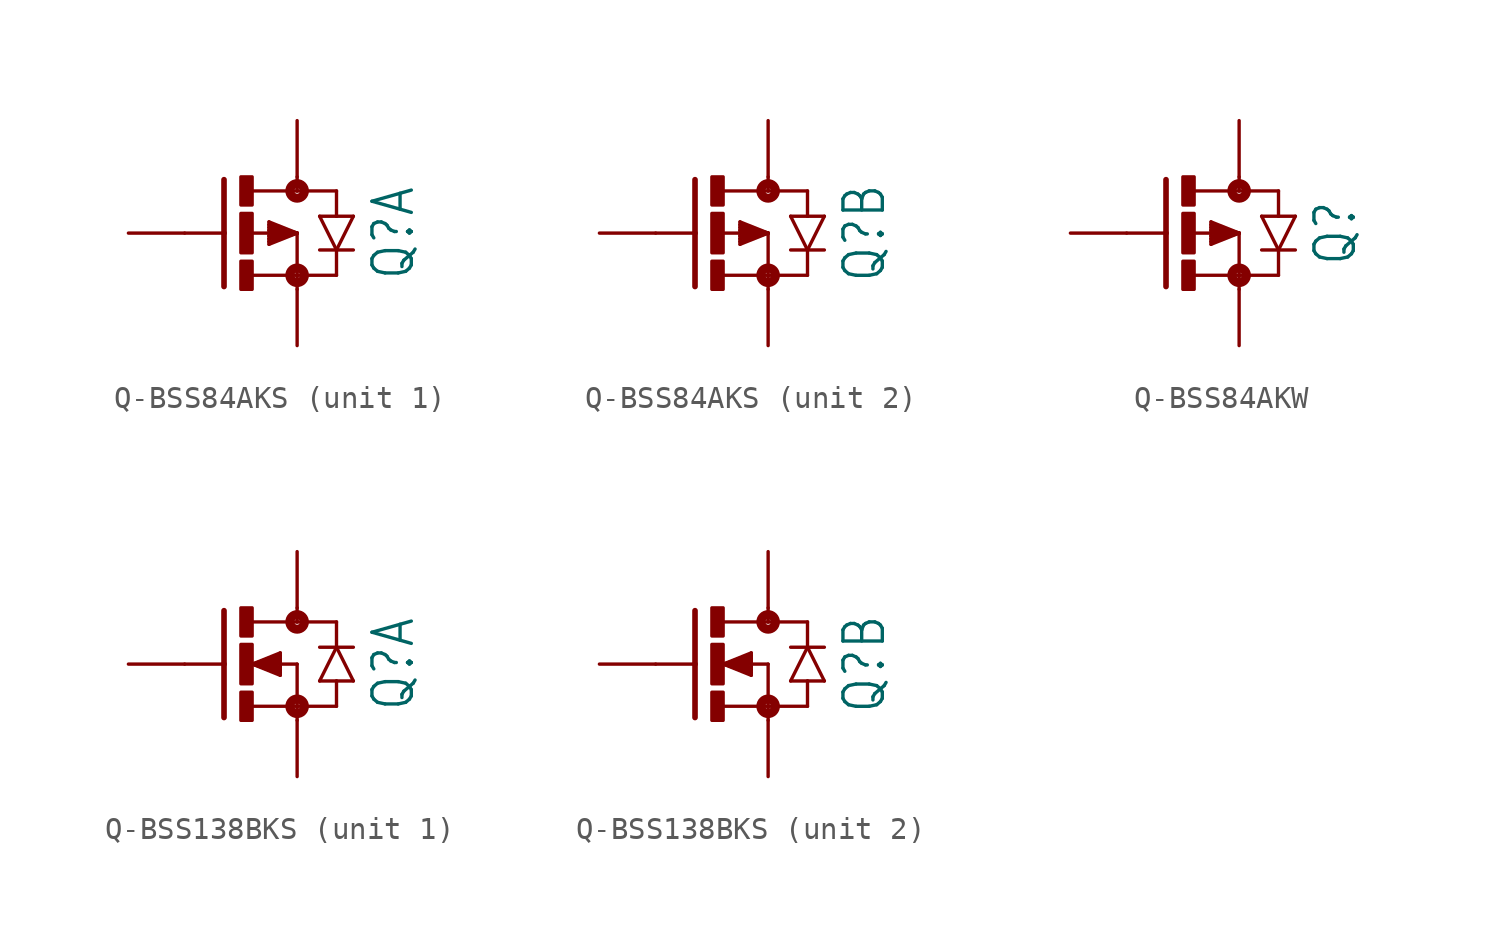
<source format=kicad_sym>
(kicad_symbol_lib
  (version 20231120)
  (generator "kicad_symbol_editor")
  (generator_version "8.0")
  (symbol "Q-BSS84AKS"
    (property "Reference" "Q"
      (at 5.842 0 90)
      (effects (font (size 1.778 1.511)) (justify top)))
    (property "Value" ""
      (at 8.382 0 90)
      (effects (font (size 1.778 1.511)) (justify top)))
    (property "ki_locked" ""
      (at 0 0 0)
      (effects (font (size 1.27 1.27))))
    (symbol "Q-BSS84AKS_1_0"
      (rectangle (start 0 -2.54) (end 0.508 -1.27) (stroke (width 0) (type default)) (fill (type outline)))
      (rectangle (start 0 -0.889) (end 0.508 0.889) (stroke (width 0) (type default)) (fill (type outline)))
      (polyline (pts (xy -0.762 0) (xy -2.54 0)) (stroke (width 0.152) (type solid)) (fill (type none)))
      (polyline (pts (xy -0.762 0) (xy -0.762 -2.413)) (stroke (width 0.254) (type solid)) (fill (type none)))
      (polyline (pts (xy -0.762 2.413) (xy -0.762 0)) (stroke (width 0.254) (type solid)) (fill (type none)))
      (polyline (pts (xy 0.508 -1.905) (xy 2.54 -1.905)) (stroke (width 0.152) (type solid)) (fill (type none)))
      (polyline (pts (xy 1.27 -0.508) (xy 2.54 0)) (stroke (width 0.152) (type solid)) (fill (type none)))
      (polyline (pts (xy 1.27 -0.381) (xy 1.27 -0.508)) (stroke (width 0.152) (type solid)) (fill (type none)))
      (polyline (pts (xy 1.27 -0.254) (xy 1.27 -0.381)) (stroke (width 0.152) (type solid)) (fill (type none)))
      (polyline (pts (xy 1.27 -0.127) (xy 1.27 -0.254)) (stroke (width 0.152) (type solid)) (fill (type none)))
      (polyline (pts (xy 1.27 0.127) (xy 1.27 -0.127)) (stroke (width 0.152) (type solid)) (fill (type none)))
      (polyline (pts (xy 1.27 0.254) (xy 1.27 0.127)) (stroke (width 0.152) (type solid)) (fill (type none)))
      (polyline (pts (xy 1.27 0.381) (xy 1.27 0.254)) (stroke (width 0.152) (type solid)) (fill (type none)))
      (polyline (pts (xy 1.27 0.508) (xy 1.27 0.381)) (stroke (width 0.152) (type solid)) (fill (type none)))
      (polyline (pts (xy 1.27 0.508) (xy 2.54 0)) (stroke (width 0.152) (type solid)) (fill (type none)))
      (polyline (pts (xy 2.54 -1.905) (xy 2.54 -2.54)) (stroke (width 0.152) (type solid)) (fill (type none)))
      (polyline (pts (xy 2.54 0) (xy 0.508 0)) (stroke (width 0.152) (type solid)) (fill (type none)))
      (polyline (pts (xy 2.54 0) (xy 1.27 -0.381)) (stroke (width 0.152) (type solid)) (fill (type none)))
      (polyline (pts (xy 2.54 0) (xy 1.27 -0.254)) (stroke (width 0.152) (type solid)) (fill (type none)))
      (polyline (pts (xy 2.54 0) (xy 1.27 -0.127)) (stroke (width 0.152) (type solid)) (fill (type none)))
      (polyline (pts (xy 2.54 0) (xy 1.27 0.127)) (stroke (width 0.152) (type solid)) (fill (type none)))
      (polyline (pts (xy 2.54 0) (xy 1.27 0.254)) (stroke (width 0.152) (type solid)) (fill (type none)))
      (polyline (pts (xy 2.54 0) (xy 1.27 0.381)) (stroke (width 0.152) (type solid)) (fill (type none)))
      (polyline (pts (xy 2.54 0) (xy 2.54 -1.905)) (stroke (width 0.152) (type solid)) (fill (type none)))
      (polyline (pts (xy 2.54 1.905) (xy 0.533 1.905)) (stroke (width 0.152) (type solid)) (fill (type none)))
      (polyline (pts (xy 2.54 2.54) (xy 2.54 1.905)) (stroke (width 0.152) (type solid)) (fill (type none)))
      (polyline (pts (xy 3.556 0.762) (xy 4.318 -0.762)) (stroke (width 0.152) (type solid)) (fill (type none)))
      (polyline (pts (xy 4.318 -1.905) (xy 2.54 -1.905)) (stroke (width 0.152) (type solid)) (fill (type none)))
      (polyline (pts (xy 4.318 -1.905) (xy 4.318 -0.762)) (stroke (width 0.152) (type solid)) (fill (type none)))
      (polyline (pts (xy 4.318 -0.762) (xy 3.556 -0.762)) (stroke (width 0.152) (type solid)) (fill (type none)))
      (polyline (pts (xy 4.318 -0.762) (xy 5.08 0.762)) (stroke (width 0.152) (type solid)) (fill (type none)))
      (polyline (pts (xy 4.318 0.762) (xy 3.556 0.762)) (stroke (width 0.152) (type solid)) (fill (type none)))
      (polyline (pts (xy 4.318 1.905) (xy 2.54 1.905)) (stroke (width 0.152) (type solid)) (fill (type none)))
      (polyline (pts (xy 4.318 1.905) (xy 4.318 0.762)) (stroke (width 0.152) (type solid)) (fill (type none)))
      (polyline (pts (xy 5.08 -0.762) (xy 4.318 -0.762)) (stroke (width 0.152) (type solid)) (fill (type none)))
      (polyline (pts (xy 5.08 0.762) (xy 4.318 0.762)) (stroke (width 0.152) (type solid)) (fill (type none)))
      (rectangle (start 0 1.27) (end 0.508 2.54) (stroke (width 0) (type default)) (fill (type outline)))
      (circle (center 2.54 -1.905) (radius 0.127) (stroke (width 0.406) (type solid)) (fill (type none)))
      (circle (center 2.54 1.905) (radius 0.127) (stroke (width 0.406) (type solid)) (fill (type none)))
      (pin passive line (at 2.54 -5.08 90) (length 2.54) (name "S" (effects (font (size 0 0)))) (number "1" (effects (font (size 0 0)))))
      (pin passive line (at -5.08 0 0) (length 2.54) (name "G" (effects (font (size 0 0)))) (number "2" (effects (font (size 0 0)))))
      (pin passive line (at 2.54 5.08 270) (length 2.54) (name "D" (effects (font (size 0 0)))) (number "6" (effects (font (size 0 0))))))
    (symbol "Q-BSS84AKS_2_0"
      (rectangle (start 0 -2.54) (end 0.508 -1.27) (stroke (width 0) (type default)) (fill (type outline)))
      (rectangle (start 0 -0.889) (end 0.508 0.889) (stroke (width 0) (type default)) (fill (type outline)))
      (polyline (pts (xy -0.762 0) (xy -2.54 0)) (stroke (width 0.152) (type solid)) (fill (type none)))
      (polyline (pts (xy -0.762 0) (xy -0.762 -2.413)) (stroke (width 0.254) (type solid)) (fill (type none)))
      (polyline (pts (xy -0.762 2.413) (xy -0.762 0)) (stroke (width 0.254) (type solid)) (fill (type none)))
      (polyline (pts (xy 0.508 -1.905) (xy 2.54 -1.905)) (stroke (width 0.152) (type solid)) (fill (type none)))
      (polyline (pts (xy 1.27 -0.508) (xy 2.54 0)) (stroke (width 0.152) (type solid)) (fill (type none)))
      (polyline (pts (xy 1.27 -0.381) (xy 1.27 -0.508)) (stroke (width 0.152) (type solid)) (fill (type none)))
      (polyline (pts (xy 1.27 -0.254) (xy 1.27 -0.381)) (stroke (width 0.152) (type solid)) (fill (type none)))
      (polyline (pts (xy 1.27 -0.127) (xy 1.27 -0.254)) (stroke (width 0.152) (type solid)) (fill (type none)))
      (polyline (pts (xy 1.27 0.127) (xy 1.27 -0.127)) (stroke (width 0.152) (type solid)) (fill (type none)))
      (polyline (pts (xy 1.27 0.254) (xy 1.27 0.127)) (stroke (width 0.152) (type solid)) (fill (type none)))
      (polyline (pts (xy 1.27 0.381) (xy 1.27 0.254)) (stroke (width 0.152) (type solid)) (fill (type none)))
      (polyline (pts (xy 1.27 0.508) (xy 1.27 0.381)) (stroke (width 0.152) (type solid)) (fill (type none)))
      (polyline (pts (xy 1.27 0.508) (xy 2.54 0)) (stroke (width 0.152) (type solid)) (fill (type none)))
      (polyline (pts (xy 2.54 -1.905) (xy 2.54 -2.54)) (stroke (width 0.152) (type solid)) (fill (type none)))
      (polyline (pts (xy 2.54 0) (xy 0.508 0)) (stroke (width 0.152) (type solid)) (fill (type none)))
      (polyline (pts (xy 2.54 0) (xy 1.27 -0.381)) (stroke (width 0.152) (type solid)) (fill (type none)))
      (polyline (pts (xy 2.54 0) (xy 1.27 -0.254)) (stroke (width 0.152) (type solid)) (fill (type none)))
      (polyline (pts (xy 2.54 0) (xy 1.27 -0.127)) (stroke (width 0.152) (type solid)) (fill (type none)))
      (polyline (pts (xy 2.54 0) (xy 1.27 0.127)) (stroke (width 0.152) (type solid)) (fill (type none)))
      (polyline (pts (xy 2.54 0) (xy 1.27 0.254)) (stroke (width 0.152) (type solid)) (fill (type none)))
      (polyline (pts (xy 2.54 0) (xy 1.27 0.381)) (stroke (width 0.152) (type solid)) (fill (type none)))
      (polyline (pts (xy 2.54 0) (xy 2.54 -1.905)) (stroke (width 0.152) (type solid)) (fill (type none)))
      (polyline (pts (xy 2.54 1.905) (xy 0.533 1.905)) (stroke (width 0.152) (type solid)) (fill (type none)))
      (polyline (pts (xy 2.54 2.54) (xy 2.54 1.905)) (stroke (width 0.152) (type solid)) (fill (type none)))
      (polyline (pts (xy 3.556 0.762) (xy 4.318 -0.762)) (stroke (width 0.152) (type solid)) (fill (type none)))
      (polyline (pts (xy 4.318 -1.905) (xy 2.54 -1.905)) (stroke (width 0.152) (type solid)) (fill (type none)))
      (polyline (pts (xy 4.318 -1.905) (xy 4.318 -0.762)) (stroke (width 0.152) (type solid)) (fill (type none)))
      (polyline (pts (xy 4.318 -0.762) (xy 3.556 -0.762)) (stroke (width 0.152) (type solid)) (fill (type none)))
      (polyline (pts (xy 4.318 -0.762) (xy 5.08 0.762)) (stroke (width 0.152) (type solid)) (fill (type none)))
      (polyline (pts (xy 4.318 0.762) (xy 3.556 0.762)) (stroke (width 0.152) (type solid)) (fill (type none)))
      (polyline (pts (xy 4.318 1.905) (xy 2.54 1.905)) (stroke (width 0.152) (type solid)) (fill (type none)))
      (polyline (pts (xy 4.318 1.905) (xy 4.318 0.762)) (stroke (width 0.152) (type solid)) (fill (type none)))
      (polyline (pts (xy 5.08 -0.762) (xy 4.318 -0.762)) (stroke (width 0.152) (type solid)) (fill (type none)))
      (polyline (pts (xy 5.08 0.762) (xy 4.318 0.762)) (stroke (width 0.152) (type solid)) (fill (type none)))
      (rectangle (start 0 1.27) (end 0.508 2.54) (stroke (width 0) (type default)) (fill (type outline)))
      (circle (center 2.54 -1.905) (radius 0.127) (stroke (width 0.406) (type solid)) (fill (type none)))
      (circle (center 2.54 1.905) (radius 0.127) (stroke (width 0.406) (type solid)) (fill (type none)))
      (pin passive line (at 2.54 5.08 270) (length 2.54) (name "D" (effects (font (size 0 0)))) (number "3" (effects (font (size 0 0)))))
      (pin passive line (at 2.54 -5.08 90) (length 2.54) (name "S" (effects (font (size 0 0)))) (number "4" (effects (font (size 0 0)))))
      (pin passive line (at -5.08 0 0) (length 2.54) (name "G" (effects (font (size 0 0)))) (number "5" (effects (font (size 0 0)))))))
  (symbol "Q-BSS84AKW"
    (property "Reference" "Q"
      (at 5.842 0 90)
      (effects (font (size 1.778 1.511)) (justify top)))
    (property "Value" ""
      (at 8.382 0 90)
      (effects (font (size 1.778 1.511)) (justify top)))
    (property "ki_locked" ""
      (at 0 0 0)
      (effects (font (size 1.27 1.27))))
    (symbol "Q-BSS84AKW_1_0"
      (rectangle (start 0 -2.54) (end 0.508 -1.27) (stroke (width 0) (type default)) (fill (type outline)))
      (rectangle (start 0 -0.889) (end 0.508 0.889) (stroke (width 0) (type default)) (fill (type outline)))
      (polyline (pts (xy -0.762 0) (xy -2.54 0)) (stroke (width 0.152) (type solid)) (fill (type none)))
      (polyline (pts (xy -0.762 0) (xy -0.762 -2.413)) (stroke (width 0.254) (type solid)) (fill (type none)))
      (polyline (pts (xy -0.762 2.413) (xy -0.762 0)) (stroke (width 0.254) (type solid)) (fill (type none)))
      (polyline (pts (xy 0.508 -1.905) (xy 2.54 -1.905)) (stroke (width 0.152) (type solid)) (fill (type none)))
      (polyline (pts (xy 1.27 -0.508) (xy 2.54 0)) (stroke (width 0.152) (type solid)) (fill (type none)))
      (polyline (pts (xy 1.27 -0.381) (xy 1.27 -0.508)) (stroke (width 0.152) (type solid)) (fill (type none)))
      (polyline (pts (xy 1.27 -0.254) (xy 1.27 -0.381)) (stroke (width 0.152) (type solid)) (fill (type none)))
      (polyline (pts (xy 1.27 -0.127) (xy 1.27 -0.254)) (stroke (width 0.152) (type solid)) (fill (type none)))
      (polyline (pts (xy 1.27 0.127) (xy 1.27 -0.127)) (stroke (width 0.152) (type solid)) (fill (type none)))
      (polyline (pts (xy 1.27 0.254) (xy 1.27 0.127)) (stroke (width 0.152) (type solid)) (fill (type none)))
      (polyline (pts (xy 1.27 0.381) (xy 1.27 0.254)) (stroke (width 0.152) (type solid)) (fill (type none)))
      (polyline (pts (xy 1.27 0.508) (xy 1.27 0.381)) (stroke (width 0.152) (type solid)) (fill (type none)))
      (polyline (pts (xy 1.27 0.508) (xy 2.54 0)) (stroke (width 0.152) (type solid)) (fill (type none)))
      (polyline (pts (xy 2.54 -1.905) (xy 2.54 -2.54)) (stroke (width 0.152) (type solid)) (fill (type none)))
      (polyline (pts (xy 2.54 0) (xy 0.508 0)) (stroke (width 0.152) (type solid)) (fill (type none)))
      (polyline (pts (xy 2.54 0) (xy 1.27 -0.381)) (stroke (width 0.152) (type solid)) (fill (type none)))
      (polyline (pts (xy 2.54 0) (xy 1.27 -0.254)) (stroke (width 0.152) (type solid)) (fill (type none)))
      (polyline (pts (xy 2.54 0) (xy 1.27 -0.127)) (stroke (width 0.152) (type solid)) (fill (type none)))
      (polyline (pts (xy 2.54 0) (xy 1.27 0.127)) (stroke (width 0.152) (type solid)) (fill (type none)))
      (polyline (pts (xy 2.54 0) (xy 1.27 0.254)) (stroke (width 0.152) (type solid)) (fill (type none)))
      (polyline (pts (xy 2.54 0) (xy 1.27 0.381)) (stroke (width 0.152) (type solid)) (fill (type none)))
      (polyline (pts (xy 2.54 0) (xy 2.54 -1.905)) (stroke (width 0.152) (type solid)) (fill (type none)))
      (polyline (pts (xy 2.54 1.905) (xy 0.533 1.905)) (stroke (width 0.152) (type solid)) (fill (type none)))
      (polyline (pts (xy 2.54 2.54) (xy 2.54 1.905)) (stroke (width 0.152) (type solid)) (fill (type none)))
      (polyline (pts (xy 3.556 0.762) (xy 4.318 -0.762)) (stroke (width 0.152) (type solid)) (fill (type none)))
      (polyline (pts (xy 4.318 -1.905) (xy 2.54 -1.905)) (stroke (width 0.152) (type solid)) (fill (type none)))
      (polyline (pts (xy 4.318 -1.905) (xy 4.318 -0.762)) (stroke (width 0.152) (type solid)) (fill (type none)))
      (polyline (pts (xy 4.318 -0.762) (xy 3.556 -0.762)) (stroke (width 0.152) (type solid)) (fill (type none)))
      (polyline (pts (xy 4.318 -0.762) (xy 5.08 0.762)) (stroke (width 0.152) (type solid)) (fill (type none)))
      (polyline (pts (xy 4.318 0.762) (xy 3.556 0.762)) (stroke (width 0.152) (type solid)) (fill (type none)))
      (polyline (pts (xy 4.318 1.905) (xy 2.54 1.905)) (stroke (width 0.152) (type solid)) (fill (type none)))
      (polyline (pts (xy 4.318 1.905) (xy 4.318 0.762)) (stroke (width 0.152) (type solid)) (fill (type none)))
      (polyline (pts (xy 5.08 -0.762) (xy 4.318 -0.762)) (stroke (width 0.152) (type solid)) (fill (type none)))
      (polyline (pts (xy 5.08 0.762) (xy 4.318 0.762)) (stroke (width 0.152) (type solid)) (fill (type none)))
      (rectangle (start 0 1.27) (end 0.508 2.54) (stroke (width 0) (type default)) (fill (type outline)))
      (circle (center 2.54 -1.905) (radius 0.127) (stroke (width 0.406) (type solid)) (fill (type none)))
      (circle (center 2.54 1.905) (radius 0.127) (stroke (width 0.406) (type solid)) (fill (type none)))
      (pin passive line (at -5.08 0 0) (length 2.54) (name "G" (effects (font (size 0 0)))) (number "1" (effects (font (size 0 0)))))
      (pin passive line (at 2.54 -5.08 90) (length 2.54) (name "S" (effects (font (size 0 0)))) (number "2" (effects (font (size 0 0)))))
      (pin passive line (at 2.54 5.08 270) (length 2.54) (name "D" (effects (font (size 0 0)))) (number "3" (effects (font (size 0 0)))))))
  (symbol "Q-BSS138BKS"
    (property "Reference" "Q"
      (at 5.842 0 90)
      (effects (font (size 1.778 1.511)) (justify top)))
    (property "Value" ""
      (at 8.382 0 90)
      (effects (font (size 1.778 1.511)) (justify top)))
    (property "ki_locked" ""
      (at 0 0 0)
      (effects (font (size 1.27 1.27))))
    (symbol "Q-BSS138BKS_1_0"
      (rectangle (start 0 -2.54) (end 0.508 -1.27) (stroke (width 0) (type default)) (fill (type outline)))
      (rectangle (start 0 -0.889) (end 0.508 0.889) (stroke (width 0) (type default)) (fill (type outline)))
      (polyline (pts (xy -0.762 0) (xy -2.54 0)) (stroke (width 0.152) (type solid)) (fill (type none)))
      (polyline (pts (xy -0.762 0) (xy -0.762 -2.413)) (stroke (width 0.254) (type solid)) (fill (type none)))
      (polyline (pts (xy -0.762 2.413) (xy -0.762 0)) (stroke (width 0.254) (type solid)) (fill (type none)))
      (polyline (pts (xy 0.508 -1.905) (xy 2.54 -1.905)) (stroke (width 0.152) (type solid)) (fill (type none)))
      (polyline (pts (xy 0.508 0) (xy 1.778 -0.508)) (stroke (width 0.152) (type solid)) (fill (type none)))
      (polyline (pts (xy 0.508 0) (xy 1.778 -0.381)) (stroke (width 0.152) (type solid)) (fill (type none)))
      (polyline (pts (xy 0.508 0) (xy 1.778 -0.254)) (stroke (width 0.152) (type solid)) (fill (type none)))
      (polyline (pts (xy 0.508 0) (xy 1.778 -0.127)) (stroke (width 0.152) (type solid)) (fill (type none)))
      (polyline (pts (xy 0.508 0) (xy 1.778 0.127)) (stroke (width 0.152) (type solid)) (fill (type none)))
      (polyline (pts (xy 0.508 0) (xy 1.778 0.254)) (stroke (width 0.152) (type solid)) (fill (type none)))
      (polyline (pts (xy 0.508 0) (xy 1.778 0.381)) (stroke (width 0.152) (type solid)) (fill (type none)))
      (polyline (pts (xy 0.508 0) (xy 1.778 0.508)) (stroke (width 0.152) (type solid)) (fill (type none)))
      (polyline (pts (xy 1.778 -0.381) (xy 1.778 -0.508)) (stroke (width 0.152) (type solid)) (fill (type none)))
      (polyline (pts (xy 1.778 -0.254) (xy 1.778 -0.381)) (stroke (width 0.152) (type solid)) (fill (type none)))
      (polyline (pts (xy 1.778 -0.127) (xy 1.778 -0.254)) (stroke (width 0.152) (type solid)) (fill (type none)))
      (polyline (pts (xy 1.778 0.127) (xy 1.778 -0.127)) (stroke (width 0.152) (type solid)) (fill (type none)))
      (polyline (pts (xy 1.778 0.254) (xy 1.778 0.127)) (stroke (width 0.152) (type solid)) (fill (type none)))
      (polyline (pts (xy 1.778 0.381) (xy 1.778 0.254)) (stroke (width 0.152) (type solid)) (fill (type none)))
      (polyline (pts (xy 1.778 0.508) (xy 1.778 0.381)) (stroke (width 0.152) (type solid)) (fill (type none)))
      (polyline (pts (xy 2.54 -1.905) (xy 2.54 -2.54)) (stroke (width 0.152) (type solid)) (fill (type none)))
      (polyline (pts (xy 2.54 0) (xy 0.508 0)) (stroke (width 0.152) (type solid)) (fill (type none)))
      (polyline (pts (xy 2.54 0) (xy 2.54 -1.905)) (stroke (width 0.152) (type solid)) (fill (type none)))
      (polyline (pts (xy 2.54 1.905) (xy 0.533 1.905)) (stroke (width 0.152) (type solid)) (fill (type none)))
      (polyline (pts (xy 2.54 2.54) (xy 2.54 1.905)) (stroke (width 0.152) (type solid)) (fill (type none)))
      (polyline (pts (xy 3.556 -0.762) (xy 4.318 -0.762)) (stroke (width 0.152) (type solid)) (fill (type none)))
      (polyline (pts (xy 3.556 0.762) (xy 4.318 0.762)) (stroke (width 0.152) (type solid)) (fill (type none)))
      (polyline (pts (xy 4.318 -1.905) (xy 2.54 -1.905)) (stroke (width 0.152) (type solid)) (fill (type none)))
      (polyline (pts (xy 4.318 -1.905) (xy 4.318 -0.762)) (stroke (width 0.152) (type solid)) (fill (type none)))
      (polyline (pts (xy 4.318 -0.762) (xy 5.08 -0.762)) (stroke (width 0.152) (type solid)) (fill (type none)))
      (polyline (pts (xy 4.318 0.762) (xy 3.556 -0.762)) (stroke (width 0.152) (type solid)) (fill (type none)))
      (polyline (pts (xy 4.318 0.762) (xy 5.08 0.762)) (stroke (width 0.152) (type solid)) (fill (type none)))
      (polyline (pts (xy 4.318 1.905) (xy 2.54 1.905)) (stroke (width 0.152) (type solid)) (fill (type none)))
      (polyline (pts (xy 4.318 1.905) (xy 4.318 0.762)) (stroke (width 0.152) (type solid)) (fill (type none)))
      (polyline (pts (xy 5.08 -0.762) (xy 4.318 0.762)) (stroke (width 0.152) (type solid)) (fill (type none)))
      (rectangle (start 0 1.27) (end 0.508 2.54) (stroke (width 0) (type default)) (fill (type outline)))
      (circle (center 2.54 -1.905) (radius 0.127) (stroke (width 0.406) (type solid)) (fill (type none)))
      (circle (center 2.54 1.905) (radius 0.127) (stroke (width 0.406) (type solid)) (fill (type none)))
      (pin passive line (at 2.54 -5.08 90) (length 2.54) (name "S" (effects (font (size 0 0)))) (number "1" (effects (font (size 0 0)))))
      (pin passive line (at -5.08 0 0) (length 2.54) (name "G" (effects (font (size 0 0)))) (number "2" (effects (font (size 0 0)))))
      (pin passive line (at 2.54 5.08 270) (length 2.54) (name "D" (effects (font (size 0 0)))) (number "6" (effects (font (size 0 0))))))
    (symbol "Q-BSS138BKS_2_0"
      (rectangle (start 0 -2.54) (end 0.508 -1.27) (stroke (width 0) (type default)) (fill (type outline)))
      (rectangle (start 0 -0.889) (end 0.508 0.889) (stroke (width 0) (type default)) (fill (type outline)))
      (polyline (pts (xy -0.762 0) (xy -2.54 0)) (stroke (width 0.152) (type solid)) (fill (type none)))
      (polyline (pts (xy -0.762 0) (xy -0.762 -2.413)) (stroke (width 0.254) (type solid)) (fill (type none)))
      (polyline (pts (xy -0.762 2.413) (xy -0.762 0)) (stroke (width 0.254) (type solid)) (fill (type none)))
      (polyline (pts (xy 0.508 -1.905) (xy 2.54 -1.905)) (stroke (width 0.152) (type solid)) (fill (type none)))
      (polyline (pts (xy 0.508 0) (xy 1.778 -0.508)) (stroke (width 0.152) (type solid)) (fill (type none)))
      (polyline (pts (xy 0.508 0) (xy 1.778 -0.381)) (stroke (width 0.152) (type solid)) (fill (type none)))
      (polyline (pts (xy 0.508 0) (xy 1.778 -0.254)) (stroke (width 0.152) (type solid)) (fill (type none)))
      (polyline (pts (xy 0.508 0) (xy 1.778 -0.127)) (stroke (width 0.152) (type solid)) (fill (type none)))
      (polyline (pts (xy 0.508 0) (xy 1.778 0.127)) (stroke (width 0.152) (type solid)) (fill (type none)))
      (polyline (pts (xy 0.508 0) (xy 1.778 0.254)) (stroke (width 0.152) (type solid)) (fill (type none)))
      (polyline (pts (xy 0.508 0) (xy 1.778 0.381)) (stroke (width 0.152) (type solid)) (fill (type none)))
      (polyline (pts (xy 0.508 0) (xy 1.778 0.508)) (stroke (width 0.152) (type solid)) (fill (type none)))
      (polyline (pts (xy 1.778 -0.381) (xy 1.778 -0.508)) (stroke (width 0.152) (type solid)) (fill (type none)))
      (polyline (pts (xy 1.778 -0.254) (xy 1.778 -0.381)) (stroke (width 0.152) (type solid)) (fill (type none)))
      (polyline (pts (xy 1.778 -0.127) (xy 1.778 -0.254)) (stroke (width 0.152) (type solid)) (fill (type none)))
      (polyline (pts (xy 1.778 0.127) (xy 1.778 -0.127)) (stroke (width 0.152) (type solid)) (fill (type none)))
      (polyline (pts (xy 1.778 0.254) (xy 1.778 0.127)) (stroke (width 0.152) (type solid)) (fill (type none)))
      (polyline (pts (xy 1.778 0.381) (xy 1.778 0.254)) (stroke (width 0.152) (type solid)) (fill (type none)))
      (polyline (pts (xy 1.778 0.508) (xy 1.778 0.381)) (stroke (width 0.152) (type solid)) (fill (type none)))
      (polyline (pts (xy 2.54 -1.905) (xy 2.54 -2.54)) (stroke (width 0.152) (type solid)) (fill (type none)))
      (polyline (pts (xy 2.54 0) (xy 0.508 0)) (stroke (width 0.152) (type solid)) (fill (type none)))
      (polyline (pts (xy 2.54 0) (xy 2.54 -1.905)) (stroke (width 0.152) (type solid)) (fill (type none)))
      (polyline (pts (xy 2.54 1.905) (xy 0.533 1.905)) (stroke (width 0.152) (type solid)) (fill (type none)))
      (polyline (pts (xy 2.54 2.54) (xy 2.54 1.905)) (stroke (width 0.152) (type solid)) (fill (type none)))
      (polyline (pts (xy 3.556 -0.762) (xy 4.318 -0.762)) (stroke (width 0.152) (type solid)) (fill (type none)))
      (polyline (pts (xy 3.556 0.762) (xy 4.318 0.762)) (stroke (width 0.152) (type solid)) (fill (type none)))
      (polyline (pts (xy 4.318 -1.905) (xy 2.54 -1.905)) (stroke (width 0.152) (type solid)) (fill (type none)))
      (polyline (pts (xy 4.318 -1.905) (xy 4.318 -0.762)) (stroke (width 0.152) (type solid)) (fill (type none)))
      (polyline (pts (xy 4.318 -0.762) (xy 5.08 -0.762)) (stroke (width 0.152) (type solid)) (fill (type none)))
      (polyline (pts (xy 4.318 0.762) (xy 3.556 -0.762)) (stroke (width 0.152) (type solid)) (fill (type none)))
      (polyline (pts (xy 4.318 0.762) (xy 5.08 0.762)) (stroke (width 0.152) (type solid)) (fill (type none)))
      (polyline (pts (xy 4.318 1.905) (xy 2.54 1.905)) (stroke (width 0.152) (type solid)) (fill (type none)))
      (polyline (pts (xy 4.318 1.905) (xy 4.318 0.762)) (stroke (width 0.152) (type solid)) (fill (type none)))
      (polyline (pts (xy 5.08 -0.762) (xy 4.318 0.762)) (stroke (width 0.152) (type solid)) (fill (type none)))
      (rectangle (start 0 1.27) (end 0.508 2.54) (stroke (width 0) (type default)) (fill (type outline)))
      (circle (center 2.54 -1.905) (radius 0.127) (stroke (width 0.406) (type solid)) (fill (type none)))
      (circle (center 2.54 1.905) (radius 0.127) (stroke (width 0.406) (type solid)) (fill (type none)))
      (pin passive line (at 2.54 5.08 270) (length 2.54) (name "D" (effects (font (size 0 0)))) (number "3" (effects (font (size 0 0)))))
      (pin passive line (at 2.54 -5.08 90) (length 2.54) (name "S" (effects (font (size 0 0)))) (number "4" (effects (font (size 0 0)))))
      (pin passive line (at -5.08 0 0) (length 2.54) (name "G" (effects (font (size 0 0)))) (number "5" (effects (font (size 0 0))))))))
</source>
